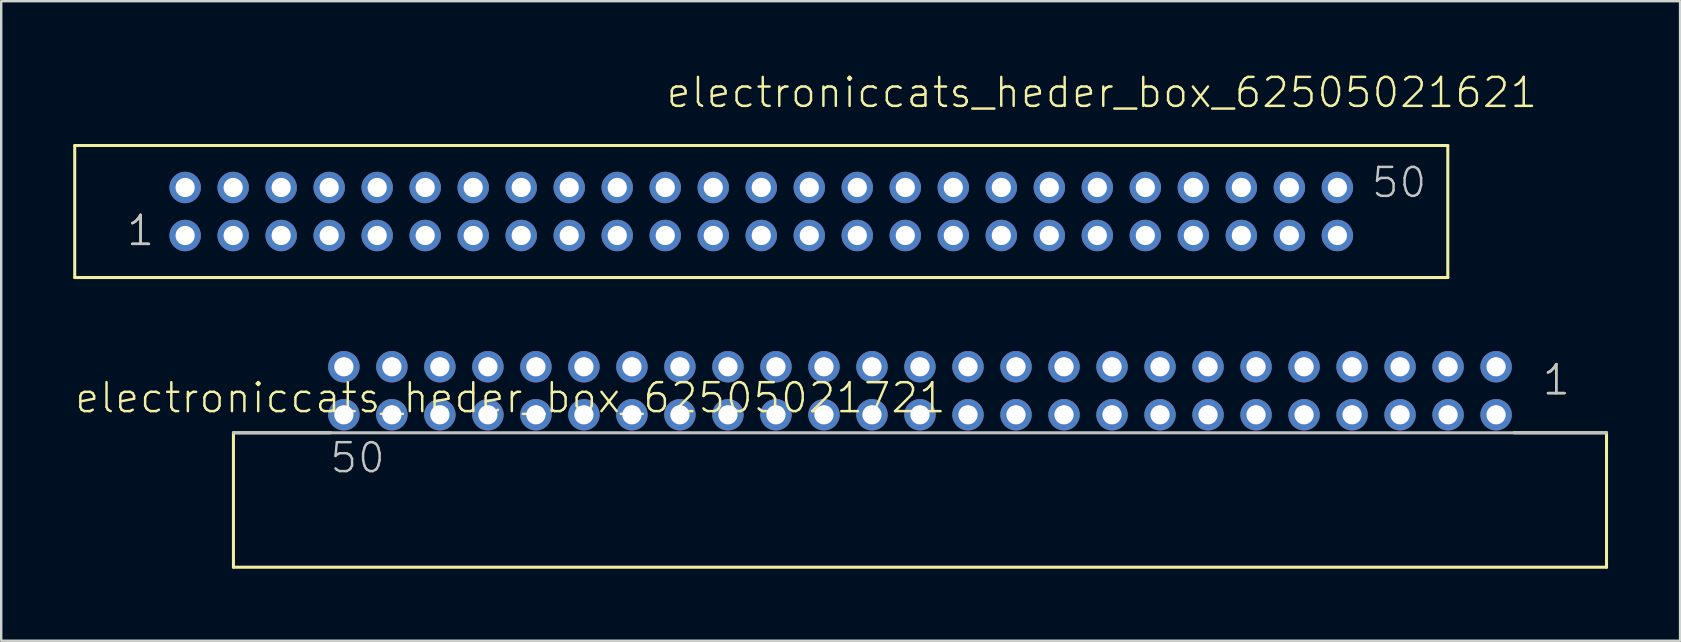
<source format=kicad_pcb>
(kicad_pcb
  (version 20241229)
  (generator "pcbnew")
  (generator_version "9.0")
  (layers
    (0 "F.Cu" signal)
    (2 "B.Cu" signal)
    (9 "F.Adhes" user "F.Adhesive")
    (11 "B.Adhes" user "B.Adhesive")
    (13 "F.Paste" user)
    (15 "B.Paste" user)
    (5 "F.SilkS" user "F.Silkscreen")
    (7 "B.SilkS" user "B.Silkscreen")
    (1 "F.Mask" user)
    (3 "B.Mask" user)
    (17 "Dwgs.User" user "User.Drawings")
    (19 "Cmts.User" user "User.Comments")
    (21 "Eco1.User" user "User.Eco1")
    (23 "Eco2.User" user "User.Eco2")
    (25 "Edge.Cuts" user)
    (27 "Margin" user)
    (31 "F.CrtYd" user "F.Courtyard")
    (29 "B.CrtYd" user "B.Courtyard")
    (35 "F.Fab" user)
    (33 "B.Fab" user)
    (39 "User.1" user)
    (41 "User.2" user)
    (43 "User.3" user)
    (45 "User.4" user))
  (footprint "electroniccats_heder_box_62505021721"
    (layer "F.Cu")
    (at 35.275 13.229)
    (property "Reference" "electroniccats_heder_box_62505021721" (at -35.275 1 0) (layer "F.SilkS") (effects (font (size 1.206 1.206) (thickness 0.102)) (justify left bottom)))
    (attr through_hole)
    (fp_line (start -28.6 1.75) (end -28.6 7.35) (stroke (width 0.127) (type solid)) (layer "F.SilkS"))
    (fp_line (start -28.6 7.35) (end 28.6 7.35) (stroke (width 0.127) (type solid)) (layer "F.SilkS"))
    (fp_line (start -24.55 1.75) (end -28.6 1.75) (stroke (width 0.127) (type solid)) (layer "F.SilkS"))
    (fp_line (start 24.75 1.75) (end 28.6 1.75) (stroke (width 0.127) (type solid)) (layer "F.SilkS"))
    (fp_line (start 28.6 7.35) (end 28.6 1.75) (stroke (width 0.127) (type solid)) (layer "F.SilkS"))
    (fp_line (start 28.6 1.75) (end -28.6 1.75) (stroke (width 0.127) (type solid)) (layer "Dwgs.User"))
    (fp_text user "1" (at 25.865 0.25 0) (layer "F.SilkS") (effects (font (size 1.206 1.206) (thickness 0.102)) (justify left bottom)))
    (fp_text user "50" (at -24.645 3.5 0) (layer "Dwgs.User") (effects (font (size 1.206 1.206) (thickness 0.102)) (justify left bottom)))
    (fp_text user "1" (at 25.865 0.25 0) (layer "Dwgs.User") (effects (font (size 1.206 1.206) (thickness 0.102)) (justify left bottom)))
    (pad "1" thru_hole circle (at 24 -1 180) (size 1.308 1.308) (drill 0.8) (layers "*.Cu" "*.Mask"))
    (pad "2" thru_hole circle (at 24 1 180) (size 1.308 1.308) (drill 0.8) (layers "*.Cu" "*.Mask"))
    (pad "3" thru_hole circle (at 22 -1 180) (size 1.308 1.308) (drill 0.8) (layers "*.Cu" "*.Mask"))
    (pad "4" thru_hole circle (at 22 1 180) (size 1.308 1.308) (drill 0.8) (layers "*.Cu" "*.Mask"))
    (pad "5" thru_hole circle (at 20 -1 180) (size 1.308 1.308) (drill 0.8) (layers "*.Cu" "*.Mask"))
    (pad "6" thru_hole circle (at 20 1 180) (size 1.308 1.308) (drill 0.8) (layers "*.Cu" "*.Mask"))
    (pad "7" thru_hole circle (at 18 -1 180) (size 1.308 1.308) (drill 0.8) (layers "*.Cu" "*.Mask"))
    (pad "8" thru_hole circle (at 18 1 180) (size 1.308 1.308) (drill 0.8) (layers "*.Cu" "*.Mask"))
    (pad "9" thru_hole circle (at 16 -1 180) (size 1.308 1.308) (drill 0.8) (layers "*.Cu" "*.Mask"))
    (pad "10" thru_hole circle (at 16 1 180) (size 1.308 1.308) (drill 0.8) (layers "*.Cu" "*.Mask"))
    (pad "11" thru_hole circle (at 14 -1 180) (size 1.308 1.308) (drill 0.8) (layers "*.Cu" "*.Mask"))
    (pad "12" thru_hole circle (at 14 1 180) (size 1.308 1.308) (drill 0.8) (layers "*.Cu" "*.Mask"))
    (pad "13" thru_hole circle (at 12 -1 180) (size 1.308 1.308) (drill 0.8) (layers "*.Cu" "*.Mask"))
    (pad "14" thru_hole circle (at 12 1 180) (size 1.308 1.308) (drill 0.8) (layers "*.Cu" "*.Mask"))
    (pad "15" thru_hole circle (at 10 -1 180) (size 1.308 1.308) (drill 0.8) (layers "*.Cu" "*.Mask"))
    (pad "16" thru_hole circle (at 10 1 180) (size 1.308 1.308) (drill 0.8) (layers "*.Cu" "*.Mask"))
    (pad "17" thru_hole circle (at 8 -1 180) (size 1.308 1.308) (drill 0.8) (layers "*.Cu" "*.Mask"))
    (pad "18" thru_hole circle (at 8 1 180) (size 1.308 1.308) (drill 0.8) (layers "*.Cu" "*.Mask"))
    (pad "19" thru_hole circle (at 6 -1 180) (size 1.308 1.308) (drill 0.8) (layers "*.Cu" "*.Mask"))
    (pad "20" thru_hole circle (at 6 1 180) (size 1.308 1.308) (drill 0.8) (layers "*.Cu" "*.Mask"))
    (pad "21" thru_hole circle (at 4 -1 180) (size 1.308 1.308) (drill 0.8) (layers "*.Cu" "*.Mask"))
    (pad "22" thru_hole circle (at 4 1 180) (size 1.308 1.308) (drill 0.8) (layers "*.Cu" "*.Mask"))
    (pad "23" thru_hole circle (at 2 -1 180) (size 1.308 1.308) (drill 0.8) (layers "*.Cu" "*.Mask"))
    (pad "24" thru_hole circle (at 2 1 180) (size 1.308 1.308) (drill 0.8) (layers "*.Cu" "*.Mask"))
    (pad "25" thru_hole circle (at 0 -1 180) (size 1.308 1.308) (drill 0.8) (layers "*.Cu" "*.Mask"))
    (pad "26" thru_hole circle (at 0 1 180) (size 1.308 1.308) (drill 0.8) (layers "*.Cu" "*.Mask"))
    (pad "27" thru_hole circle (at -2 -1 180) (size 1.308 1.308) (drill 0.8) (layers "*.Cu" "*.Mask"))
    (pad "28" thru_hole circle (at -2 1 180) (size 1.308 1.308) (drill 0.8) (layers "*.Cu" "*.Mask"))
    (pad "29" thru_hole circle (at -4 -1 180) (size 1.308 1.308) (drill 0.8) (layers "*.Cu" "*.Mask"))
    (pad "30" thru_hole circle (at -4 1 180) (size 1.308 1.308) (drill 0.8) (layers "*.Cu" "*.Mask"))
    (pad "31" thru_hole circle (at -6 -1 180) (size 1.308 1.308) (drill 0.8) (layers "*.Cu" "*.Mask"))
    (pad "32" thru_hole circle (at -6 1 180) (size 1.308 1.308) (drill 0.8) (layers "*.Cu" "*.Mask"))
    (pad "33" thru_hole circle (at -8 -1 180) (size 1.308 1.308) (drill 0.8) (layers "*.Cu" "*.Mask"))
    (pad "34" thru_hole circle (at -8 1 180) (size 1.308 1.308) (drill 0.8) (layers "*.Cu" "*.Mask"))
    (pad "35" thru_hole circle (at -10 -1 180) (size 1.308 1.308) (drill 0.8) (layers "*.Cu" "*.Mask"))
    (pad "36" thru_hole circle (at -10 1 180) (size 1.308 1.308) (drill 0.8) (layers "*.Cu" "*.Mask"))
    (pad "37" thru_hole circle (at -12 -1 180) (size 1.308 1.308) (drill 0.8) (layers "*.Cu" "*.Mask"))
    (pad "38" thru_hole circle (at -12 1 180) (size 1.308 1.308) (drill 0.8) (layers "*.Cu" "*.Mask"))
    (pad "39" thru_hole circle (at -14 -1 180) (size 1.308 1.308) (drill 0.8) (layers "*.Cu" "*.Mask"))
    (pad "40" thru_hole circle (at -14 1 180) (size 1.308 1.308) (drill 0.8) (layers "*.Cu" "*.Mask"))
    (pad "41" thru_hole circle (at -16 -1 180) (size 1.308 1.308) (drill 0.8) (layers "*.Cu" "*.Mask"))
    (pad "42" thru_hole circle (at -16 1 180) (size 1.308 1.308) (drill 0.8) (layers "*.Cu" "*.Mask"))
    (pad "43" thru_hole circle (at -18 -1 180) (size 1.308 1.308) (drill 0.8) (layers "*.Cu" "*.Mask"))
    (pad "44" thru_hole circle (at -18 1 180) (size 1.308 1.308) (drill 0.8) (layers "*.Cu" "*.Mask"))
    (pad "45" thru_hole circle (at -20 -1 180) (size 1.308 1.308) (drill 0.8) (layers "*.Cu" "*.Mask"))
    (pad "46" thru_hole circle (at -20 1 180) (size 1.308 1.308) (drill 0.8) (layers "*.Cu" "*.Mask"))
    (pad "47" thru_hole circle (at -22 -1 180) (size 1.308 1.308) (drill 0.8) (layers "*.Cu" "*.Mask"))
    (pad "48" thru_hole circle (at -22 1 180) (size 1.308 1.308) (drill 0.8) (layers "*.Cu" "*.Mask"))
    (pad "49" thru_hole circle (at -24 -1 180) (size 1.308 1.308) (drill 0.8) (layers "*.Cu" "*.Mask"))
    (pad "50" thru_hole circle (at -24 1 180) (size 1.308 1.308) (drill 0.8) (layers "*.Cu" "*.Mask")))
  (footprint "electroniccats_heder_box_62505021621"
    (layer "F.Cu")
    (at 28.663 5.761)
    (property "Reference" "electroniccats_heder_box_62505021621" (at -4.025 -4.25 0) (layer "F.SilkS") (effects (font (size 1.206 1.206) (thickness 0.102)) (justify left bottom)))
    (attr through_hole)
    (fp_line (start -28.6 -2.75) (end -28.6 2.75) (stroke (width 0.127) (type solid)) (layer "F.SilkS"))
    (fp_line (start -28.6 2.75) (end 28.6 2.75) (stroke (width 0.127) (type solid)) (layer "F.SilkS"))
    (fp_line (start 28.6 -2.75) (end -28.6 -2.75) (stroke (width 0.127) (type solid)) (layer "F.SilkS"))
    (fp_line (start 28.6 2.75) (end 28.6 -2.75) (stroke (width 0.127) (type solid)) (layer "F.SilkS"))
    (fp_text user "1" (at -26.5 1.5 0) (layer "F.SilkS") (effects (font (size 1.206 1.206) (thickness 0.102)) (justify left bottom)))
    (fp_text user "50" (at 25.355 -0.5 0) (layer "Dwgs.User") (effects (font (size 1.206 1.206) (thickness 0.102)) (justify left bottom)))
    (fp_text user "1" (at -26.5 1.5 0) (layer "Dwgs.User") (effects (font (size 1.206 1.206) (thickness 0.102)) (justify left bottom)))
    (pad "1" thru_hole circle (at -24 1) (size 1.308 1.308) (drill 0.8) (layers "*.Cu" "*.Mask"))
    (pad "2" thru_hole circle (at -24 -1) (size 1.308 1.308) (drill 0.8) (layers "*.Cu" "*.Mask"))
    (pad "3" thru_hole circle (at -22 1) (size 1.308 1.308) (drill 0.8) (layers "*.Cu" "*.Mask"))
    (pad "4" thru_hole circle (at -22 -1) (size 1.308 1.308) (drill 0.8) (layers "*.Cu" "*.Mask"))
    (pad "5" thru_hole circle (at -20 1) (size 1.308 1.308) (drill 0.8) (layers "*.Cu" "*.Mask"))
    (pad "6" thru_hole circle (at -20 -1) (size 1.308 1.308) (drill 0.8) (layers "*.Cu" "*.Mask"))
    (pad "7" thru_hole circle (at -18 1) (size 1.308 1.308) (drill 0.8) (layers "*.Cu" "*.Mask"))
    (pad "8" thru_hole circle (at -18 -1) (size 1.308 1.308) (drill 0.8) (layers "*.Cu" "*.Mask"))
    (pad "9" thru_hole circle (at -16 1) (size 1.308 1.308) (drill 0.8) (layers "*.Cu" "*.Mask"))
    (pad "10" thru_hole circle (at -16 -1) (size 1.308 1.308) (drill 0.8) (layers "*.Cu" "*.Mask"))
    (pad "11" thru_hole circle (at -14 1) (size 1.308 1.308) (drill 0.8) (layers "*.Cu" "*.Mask"))
    (pad "12" thru_hole circle (at -14 -1) (size 1.308 1.308) (drill 0.8) (layers "*.Cu" "*.Mask"))
    (pad "13" thru_hole circle (at -12 1) (size 1.308 1.308) (drill 0.8) (layers "*.Cu" "*.Mask"))
    (pad "14" thru_hole circle (at -12 -1) (size 1.308 1.308) (drill 0.8) (layers "*.Cu" "*.Mask"))
    (pad "15" thru_hole circle (at -10 1) (size 1.308 1.308) (drill 0.8) (layers "*.Cu" "*.Mask"))
    (pad "16" thru_hole circle (at -10 -1) (size 1.308 1.308) (drill 0.8) (layers "*.Cu" "*.Mask"))
    (pad "17" thru_hole circle (at -8 1) (size 1.308 1.308) (drill 0.8) (layers "*.Cu" "*.Mask"))
    (pad "18" thru_hole circle (at -8 -1) (size 1.308 1.308) (drill 0.8) (layers "*.Cu" "*.Mask"))
    (pad "19" thru_hole circle (at -6 1) (size 1.308 1.308) (drill 0.8) (layers "*.Cu" "*.Mask"))
    (pad "20" thru_hole circle (at -6 -1) (size 1.308 1.308) (drill 0.8) (layers "*.Cu" "*.Mask"))
    (pad "21" thru_hole circle (at -4 1) (size 1.308 1.308) (drill 0.8) (layers "*.Cu" "*.Mask"))
    (pad "22" thru_hole circle (at -4 -1) (size 1.308 1.308) (drill 0.8) (layers "*.Cu" "*.Mask"))
    (pad "23" thru_hole circle (at -2 1) (size 1.308 1.308) (drill 0.8) (layers "*.Cu" "*.Mask"))
    (pad "24" thru_hole circle (at -2 -1) (size 1.308 1.308) (drill 0.8) (layers "*.Cu" "*.Mask"))
    (pad "25" thru_hole circle (at 0 1) (size 1.308 1.308) (drill 0.8) (layers "*.Cu" "*.Mask"))
    (pad "26" thru_hole circle (at 0 -1) (size 1.308 1.308) (drill 0.8) (layers "*.Cu" "*.Mask"))
    (pad "27" thru_hole circle (at 2 1) (size 1.308 1.308) (drill 0.8) (layers "*.Cu" "*.Mask"))
    (pad "28" thru_hole circle (at 2 -1) (size 1.308 1.308) (drill 0.8) (layers "*.Cu" "*.Mask"))
    (pad "29" thru_hole circle (at 4 1) (size 1.308 1.308) (drill 0.8) (layers "*.Cu" "*.Mask"))
    (pad "30" thru_hole circle (at 4 -1) (size 1.308 1.308) (drill 0.8) (layers "*.Cu" "*.Mask"))
    (pad "31" thru_hole circle (at 6 1) (size 1.308 1.308) (drill 0.8) (layers "*.Cu" "*.Mask"))
    (pad "32" thru_hole circle (at 6 -1) (size 1.308 1.308) (drill 0.8) (layers "*.Cu" "*.Mask"))
    (pad "33" thru_hole circle (at 8 1) (size 1.308 1.308) (drill 0.8) (layers "*.Cu" "*.Mask"))
    (pad "34" thru_hole circle (at 8 -1) (size 1.308 1.308) (drill 0.8) (layers "*.Cu" "*.Mask"))
    (pad "35" thru_hole circle (at 10 1) (size 1.308 1.308) (drill 0.8) (layers "*.Cu" "*.Mask"))
    (pad "36" thru_hole circle (at 10 -1) (size 1.308 1.308) (drill 0.8) (layers "*.Cu" "*.Mask"))
    (pad "37" thru_hole circle (at 12 1) (size 1.308 1.308) (drill 0.8) (layers "*.Cu" "*.Mask"))
    (pad "38" thru_hole circle (at 12 -1) (size 1.308 1.308) (drill 0.8) (layers "*.Cu" "*.Mask"))
    (pad "39" thru_hole circle (at 14 1) (size 1.308 1.308) (drill 0.8) (layers "*.Cu" "*.Mask"))
    (pad "40" thru_hole circle (at 14 -1) (size 1.308 1.308) (drill 0.8) (layers "*.Cu" "*.Mask"))
    (pad "41" thru_hole circle (at 16 1) (size 1.308 1.308) (drill 0.8) (layers "*.Cu" "*.Mask"))
    (pad "42" thru_hole circle (at 16 -1) (size 1.308 1.308) (drill 0.8) (layers "*.Cu" "*.Mask"))
    (pad "43" thru_hole circle (at 18 1) (size 1.308 1.308) (drill 0.8) (layers "*.Cu" "*.Mask"))
    (pad "44" thru_hole circle (at 18 -1) (size 1.308 1.308) (drill 0.8) (layers "*.Cu" "*.Mask"))
    (pad "45" thru_hole circle (at 20 1) (size 1.308 1.308) (drill 0.8) (layers "*.Cu" "*.Mask"))
    (pad "46" thru_hole circle (at 20 -1) (size 1.308 1.308) (drill 0.8) (layers "*.Cu" "*.Mask"))
    (pad "47" thru_hole circle (at 22 1) (size 1.308 1.308) (drill 0.8) (layers "*.Cu" "*.Mask"))
    (pad "48" thru_hole circle (at 22 -1) (size 1.308 1.308) (drill 0.8) (layers "*.Cu" "*.Mask"))
    (pad "49" thru_hole circle (at 24 1) (size 1.308 1.308) (drill 0.8) (layers "*.Cu" "*.Mask"))
    (pad "50" thru_hole circle (at 24 -1) (size 1.308 1.308) (drill 0.8) (layers "*.Cu" "*.Mask")))
  (gr_rect
    (start -3 -3)
    (end 66.939 23.642)
    (stroke (width 0.1) (type default))
    (fill no)
    (layer "Edge.Cuts")))
</source>
